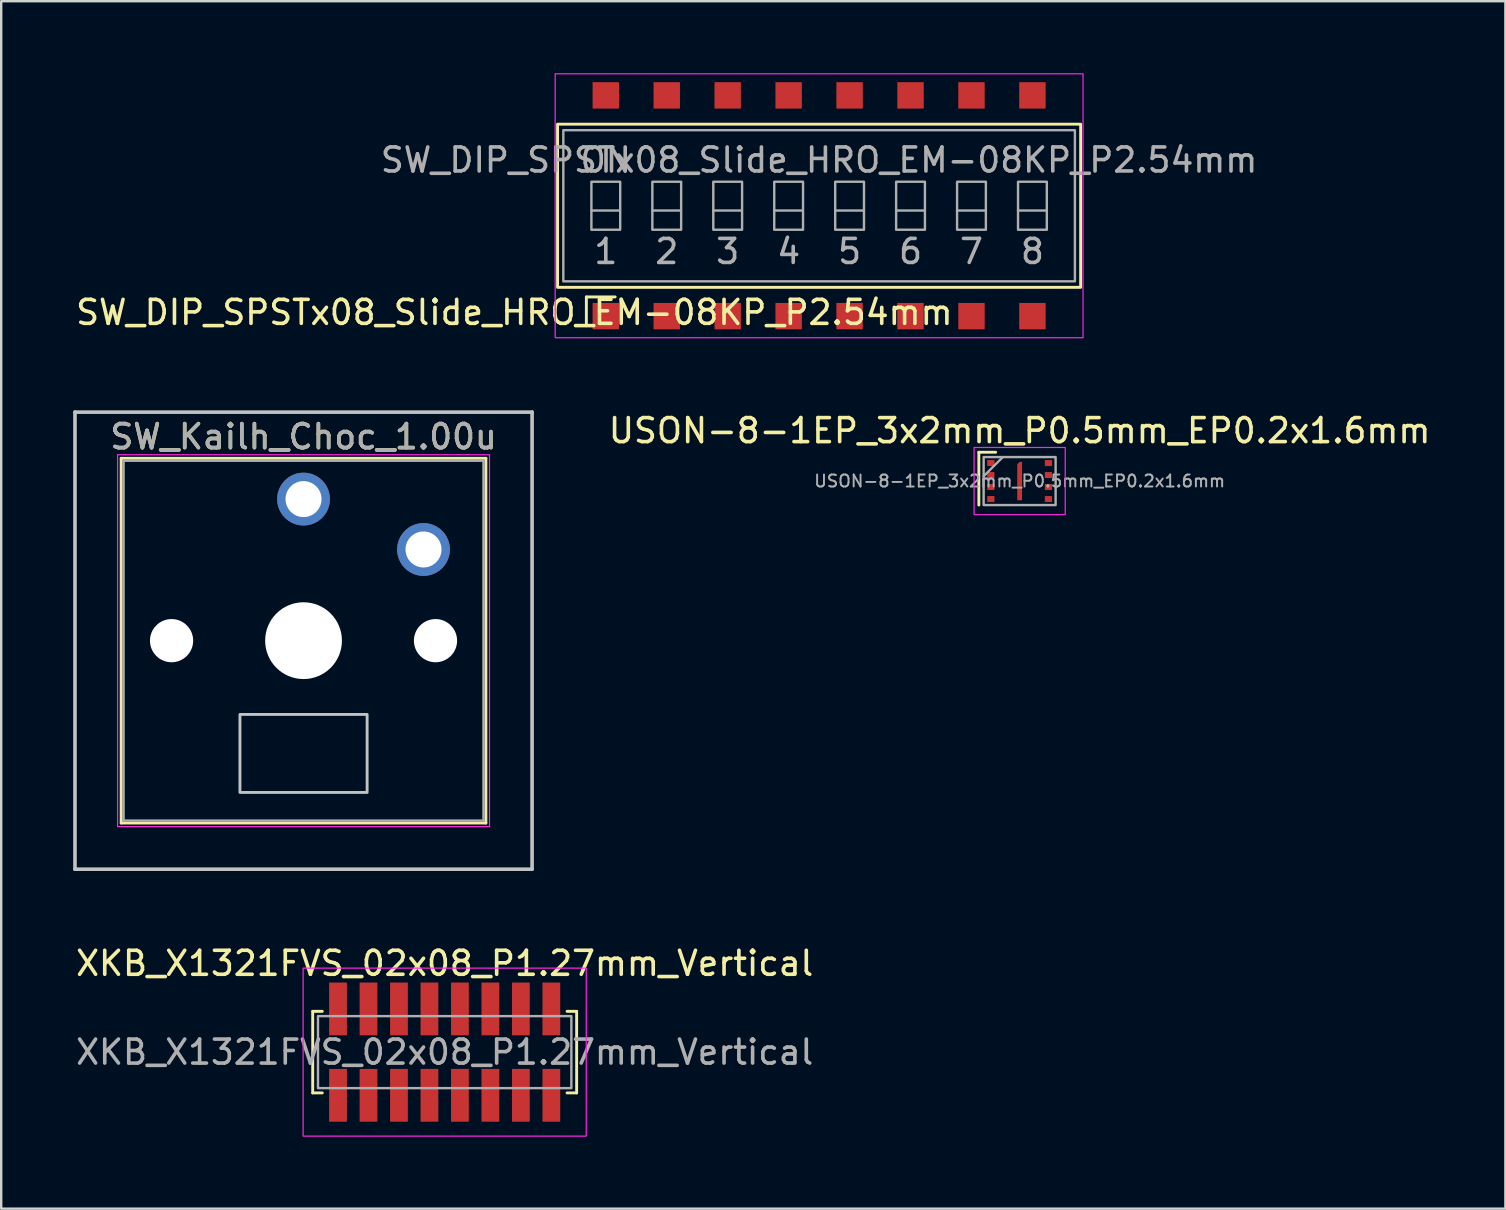
<source format=kicad_pcb>
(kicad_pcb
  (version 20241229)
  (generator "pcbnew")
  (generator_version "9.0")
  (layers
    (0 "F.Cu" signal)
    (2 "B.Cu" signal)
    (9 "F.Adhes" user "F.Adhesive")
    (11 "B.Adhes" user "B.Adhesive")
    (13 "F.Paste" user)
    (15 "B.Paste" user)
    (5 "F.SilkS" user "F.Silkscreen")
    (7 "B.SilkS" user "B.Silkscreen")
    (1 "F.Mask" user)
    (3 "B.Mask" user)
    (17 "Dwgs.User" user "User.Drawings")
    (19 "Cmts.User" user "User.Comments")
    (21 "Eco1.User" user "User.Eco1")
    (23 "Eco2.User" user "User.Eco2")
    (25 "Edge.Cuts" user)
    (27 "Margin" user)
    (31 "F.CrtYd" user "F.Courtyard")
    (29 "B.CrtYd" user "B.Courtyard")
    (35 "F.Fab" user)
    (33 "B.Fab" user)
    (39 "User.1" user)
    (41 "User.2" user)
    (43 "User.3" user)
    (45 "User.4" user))
  (footprint "SW_Kailh_Choc_1.00u"
    (layer "F.Cu")
    (at 9.6 23.65)
    (property "Reference" "SW_Kailh_Choc_1.00u" (at 0 -8.5 0) (layer "F.SilkS") (effects (font (size 1 1) (thickness 0.15))))
    (attr through_hole)
    (fp_line (start -7.6 -7.6) (end 7.6 -7.6) (stroke (width 0.12) (type solid)) (layer "F.SilkS"))
    (fp_line (start -7.6 7.6) (end -7.6 -7.6) (stroke (width 0.12) (type solid)) (layer "F.SilkS"))
    (fp_line (start 7.6 -7.6) (end 7.6 7.6) (stroke (width 0.12) (type solid)) (layer "F.SilkS"))
    (fp_line (start 7.6 7.6) (end -7.6 7.6) (stroke (width 0.12) (type solid)) (layer "F.SilkS"))
    (fp_line (start -9.525 -9.525) (end 9.525 -9.525) (stroke (width 0.15) (type solid)) (layer "Dwgs.User"))
    (fp_line (start -9.525 9.525) (end -9.525 -9.525) (stroke (width 0.15) (type solid)) (layer "Dwgs.User"))
    (fp_line (start 9.525 -9.525) (end 9.525 9.525) (stroke (width 0.15) (type solid)) (layer "Dwgs.User"))
    (fp_line (start 9.525 9.525) (end -9.525 9.525) (stroke (width 0.15) (type solid)) (layer "Dwgs.User"))
    (fp_rect (start -2.65 3.075) (end 2.65 6.325) (stroke (width 0.12) (type default)) (fill no) (layer "Dwgs.User"))
    (fp_line (start -7.75 -7.75) (end 7.75 -7.75) (stroke (width 0.05) (type solid)) (layer "F.CrtYd"))
    (fp_line (start -7.75 7.75) (end -7.75 -7.75) (stroke (width 0.05) (type solid)) (layer "F.CrtYd"))
    (fp_line (start 7.75 -7.75) (end 7.75 7.75) (stroke (width 0.05) (type solid)) (layer "F.CrtYd"))
    (fp_line (start 7.75 7.75) (end -7.75 7.75) (stroke (width 0.05) (type solid)) (layer "F.CrtYd"))
    (fp_line (start -7.5 -7.5) (end 7.5 -7.5) (stroke (width 0.1) (type solid)) (layer "F.Fab"))
    (fp_line (start -7.5 7.5) (end -7.5 -7.5) (stroke (width 0.1) (type solid)) (layer "F.Fab"))
    (fp_line (start 7.5 -7.5) (end 7.5 7.5) (stroke (width 0.1) (type solid)) (layer "F.Fab"))
    (fp_line (start 7.5 7.5) (end -7.5 7.5) (stroke (width 0.1) (type solid)) (layer "F.Fab"))
    (fp_text user "${REFERENCE}" (at 0 -8.5 0) (layer "F.Fab") (effects (font (size 1 1) (thickness 0.15))))
    (pad "" np_thru_hole circle (at -5.5 0) (size 1.8 1.8) (drill 1.8) (layers "*.Cu" "*.Mask"))
    (pad "" np_thru_hole circle (at 0 0) (size 3.2 3.2) (drill 4) (layers "*.Cu" "*.Mask"))
    (pad "" np_thru_hole circle (at 5.5 0) (size 1.8 1.8) (drill 1.8) (layers "*.Cu" "*.Mask"))
    (pad "1" thru_hole circle (at 0 -5.9) (size 2.2 2.2) (drill 1.5) (layers "*.Cu" "*.Mask"))
    (pad "2" thru_hole circle (at 5 -3.8) (size 2.2 2.2) (drill 1.5) (layers "*.Cu" "*.Mask")))
  (footprint "USON-8-1EP_3x2mm_P0.5mm_EP0.2x1.6mm"
    (layer "F.Cu")
    (at 39.444 16.998)
    (property "Reference" "USON-8-1EP_3x2mm_P0.5mm_EP0.2x1.6mm" (at 0 -2.1 0) (unlocked yes) (layer "F.SilkS") (effects (font (size 1 1) (thickness 0.15))))
    (attr smd)
    (fp_line (start -1.7 -1.2) (end -1.7 1) (stroke (width 0.12) (type solid)) (layer "F.SilkS"))
    (fp_line (start -1 -1.2) (end -1.7 -1.2) (stroke (width 0.12) (type solid)) (layer "F.SilkS"))
    (fp_rect (start -1.9 -1.4) (end 1.9 1.4) (stroke (width 0.05) (type solid)) (fill no) (layer "F.CrtYd"))
    (fp_line (start -0.7 -1) (end -1.5 -0.2) (stroke (width 0.1) (type solid)) (layer "F.Fab"))
    (fp_rect (start -1.5 -1) (end 1.5 1) (stroke (width 0.1) (type solid)) (fill no) (layer "F.Fab"))
    (fp_text user "${REFERENCE}" (at 0 0 0) (unlocked yes) (layer "F.Fab") (effects (font (size 0.5 0.5) (thickness 0.08))))
    (pad "1" smd rect (at -1.2 -0.75) (size 0.3 0.25) (layers "F.Cu" "F.Mask" "F.Paste"))
    (pad "2" smd rect (at -1.2 -0.25) (size 0.3 0.25) (layers "F.Cu" "F.Mask" "F.Paste"))
    (pad "3" smd rect (at -1.2 0.25) (size 0.3 0.25) (layers "F.Cu" "F.Mask" "F.Paste"))
    (pad "4" smd rect (at -1.2 0.75) (size 0.3 0.25) (layers "F.Cu" "F.Mask" "F.Paste"))
    (pad "5" smd rect (at 1.2 0.75) (size 0.3 0.25) (layers "F.Cu" "F.Mask" "F.Paste"))
    (pad "6" smd rect (at 1.2 0.25) (size 0.3 0.25) (layers "F.Cu" "F.Mask" "F.Paste"))
    (pad "7" smd rect (at 1.2 -0.25) (size 0.3 0.25) (layers "F.Cu" "F.Mask" "F.Paste"))
    (pad "8" smd rect (at 1.2 -0.75) (size 0.3 0.25) (layers "F.Cu" "F.Mask" "F.Paste"))
    (pad "9" smd roundrect (at 0 0) (size 0.2 1.6) (layers "F.Cu" "F.Mask" "F.Paste") (roundrect_rratio 0) (chamfer_ratio 0.5) (chamfer top_left)))
  (footprint "XKB_X1321FVS_02x08_P1.27mm_Vertical"
    (layer "F.Cu")
    (at 15.482 40.798)
    (property "Reference" "XKB_X1321FVS_02x08_P1.27mm_Vertical" (at 0 -3.7 0) (unlocked yes) (layer "F.SilkS") (effects (font (size 1 1) (thickness 0.15))))
    (attr smd)
    (fp_line (start -5.5 -1.7) (end -5.5 1.7) (stroke (width 0.12) (type solid)) (layer "F.SilkS"))
    (fp_line (start -5.5 1.7) (end -5.1 1.7) (stroke (width 0.12) (type solid)) (layer "F.SilkS"))
    (fp_line (start -5.1 -1.7) (end -5.5 -1.7) (stroke (width 0.12) (type solid)) (layer "F.SilkS"))
    (fp_line (start 5.1 1.7) (end 5.5 1.7) (stroke (width 0.12) (type solid)) (layer "F.SilkS"))
    (fp_line (start 5.5 -1.7) (end 5.1 -1.7) (stroke (width 0.12) (type solid)) (layer "F.SilkS"))
    (fp_line (start 5.5 1.7) (end 5.5 -1.7) (stroke (width 0.12) (type solid)) (layer "F.SilkS"))
    (fp_rect (start -5.9 -3.5) (end 5.9 3.5) (stroke (width 0.05) (type solid)) (fill no) (layer "F.CrtYd"))
    (fp_rect (start -5.28 -1.5) (end 5.28 1.5) (stroke (width 0.1) (type solid)) (fill no) (layer "F.Fab"))
    (fp_text user "${REFERENCE}" (at 0 0 0) (unlocked yes) (layer "F.Fab") (effects (font (size 1 1) (thickness 0.15))))
    (pad "1" smd rect (at -4.445 1.8) (size 0.74 2.2) (layers "F.Cu" "F.Mask" "F.Paste"))
    (pad "2" smd rect (at -4.445 -1.8) (size 0.74 2.2) (layers "F.Cu" "F.Mask" "F.Paste"))
    (pad "3" smd rect (at -3.175 1.8) (size 0.74 2.2) (layers "F.Cu" "F.Mask" "F.Paste"))
    (pad "4" smd rect (at -3.175 -1.8) (size 0.74 2.2) (layers "F.Cu" "F.Mask" "F.Paste"))
    (pad "5" smd rect (at -1.905 1.8) (size 0.74 2.2) (layers "F.Cu" "F.Mask" "F.Paste"))
    (pad "6" smd rect (at -1.905 -1.8) (size 0.74 2.2) (layers "F.Cu" "F.Mask" "F.Paste"))
    (pad "7" smd rect (at -0.635 1.8) (size 0.74 2.2) (layers "F.Cu" "F.Mask" "F.Paste"))
    (pad "8" smd rect (at -0.635 -1.8) (size 0.74 2.2) (layers "F.Cu" "F.Mask" "F.Paste"))
    (pad "9" smd rect (at 0.635 1.8) (size 0.74 2.2) (layers "F.Cu" "F.Mask" "F.Paste"))
    (pad "10" smd rect (at 0.635 -1.8) (size 0.74 2.2) (layers "F.Cu" "F.Mask" "F.Paste"))
    (pad "11" smd rect (at 1.905 1.8) (size 0.74 2.2) (layers "F.Cu" "F.Mask" "F.Paste"))
    (pad "12" smd rect (at 1.905 -1.8) (size 0.74 2.2) (layers "F.Cu" "F.Mask" "F.Paste"))
    (pad "13" smd rect (at 3.175 1.8) (size 0.74 2.2) (layers "F.Cu" "F.Mask" "F.Paste"))
    (pad "14" smd rect (at 3.175 -1.8) (size 0.74 2.2) (layers "F.Cu" "F.Mask" "F.Paste"))
    (pad "15" smd rect (at 4.445 1.8) (size 0.74 2.2) (layers "F.Cu" "F.Mask" "F.Paste"))
    (pad "16" smd rect (at 4.445 -1.8) (size 0.74 2.2) (layers "F.Cu" "F.Mask" "F.Paste")))
  (footprint "SW_DIP_SPSTx08_Slide_HRO_EM-08KP_P2.54mm"
    (layer "F.Cu")
    (at 31.087 5.525)
    (property "Reference" "SW_DIP_SPSTx08_Slide_HRO_EM-08KP_P2.54mm" (at -12.7 4.445 0) (unlocked yes) (layer "F.SilkS") (effects (font (size 1 1) (thickness 0.15))))
    (attr smd)
    (fp_line (start -9.7 3.8) (end -9.7 5) (stroke (width 0.12) (type solid)) (layer "F.SilkS"))
    (fp_line (start -9.7 3.8) (end -8.5 3.8) (stroke (width 0.12) (type solid)) (layer "F.SilkS"))
    (fp_rect (start -10.9 -3.4) (end 10.9 3.4) (stroke (width 0.12) (type solid)) (fill no) (layer "F.SilkS"))
    (fp_rect (start -11 -5.5) (end 11 5.5) (stroke (width 0.05) (type solid)) (fill no) (layer "F.CrtYd"))
    (fp_line (start -9.49 0.2) (end -8.3 0.2) (stroke (width 0.1) (type solid)) (layer "F.Fab"))
    (fp_line (start -6.95 0.2) (end -5.76 0.2) (stroke (width 0.1) (type solid)) (layer "F.Fab"))
    (fp_line (start -4.41 0.2) (end -3.22 0.2) (stroke (width 0.1) (type solid)) (layer "F.Fab"))
    (fp_line (start -1.87 0.2) (end -0.68 0.2) (stroke (width 0.1) (type solid)) (layer "F.Fab"))
    (fp_line (start 0.67 0.2) (end 1.86 0.2) (stroke (width 0.1) (type solid)) (layer "F.Fab"))
    (fp_line (start 3.21 0.2) (end 4.4 0.2) (stroke (width 0.1) (type solid)) (layer "F.Fab"))
    (fp_line (start 5.75 0.2) (end 6.94 0.2) (stroke (width 0.1) (type solid)) (layer "F.Fab"))
    (fp_line (start 8.29 0.2) (end 9.48 0.2) (stroke (width 0.1) (type solid)) (layer "F.Fab"))
    (fp_rect (start -10.66 -3.15) (end 10.66 3.15) (stroke (width 0.1) (type solid)) (fill no) (layer "F.Fab"))
    (fp_rect (start -9.49 -1) (end -8.29 1) (stroke (width 0.1) (type solid)) (fill no) (layer "F.Fab"))
    (fp_rect (start -6.95 -1) (end -5.75 1) (stroke (width 0.1) (type solid)) (fill no) (layer "F.Fab"))
    (fp_rect (start -4.41 -1) (end -3.21 1) (stroke (width 0.1) (type solid)) (fill no) (layer "F.Fab"))
    (fp_rect (start -1.87 -1) (end -0.67 1) (stroke (width 0.1) (type solid)) (fill no) (layer "F.Fab"))
    (fp_rect (start 0.67 -1) (end 1.87 1) (stroke (width 0.1) (type solid)) (fill no) (layer "F.Fab"))
    (fp_rect (start 3.21 -1) (end 4.41 1) (stroke (width 0.1) (type solid)) (fill no) (layer "F.Fab"))
    (fp_rect (start 5.75 -1) (end 6.95 1) (stroke (width 0.1) (type solid)) (fill no) (layer "F.Fab"))
    (fp_rect (start 8.29 -1) (end 9.49 1) (stroke (width 0.1) (type solid)) (fill no) (layer "F.Fab"))
    (fp_text user "3" (at -3.81 1.905 0) (unlocked yes) (layer "F.Fab") (effects (font (size 1 1) (thickness 0.15))))
    (fp_text user "5" (at 1.27 1.905 0) (unlocked yes) (layer "F.Fab") (effects (font (size 1 1) (thickness 0.15))))
    (fp_text user "4" (at -1.27 1.905 0) (unlocked yes) (layer "F.Fab") (effects (font (size 1 1) (thickness 0.15))))
    (fp_text user "7" (at 6.35 1.905 0) (unlocked yes) (layer "F.Fab") (effects (font (size 1 1) (thickness 0.15))))
    (fp_text user "ON" (at -8.89 -1.905 0) (unlocked yes) (layer "F.Fab") (effects (font (size 1 1) (thickness 0.15))))
    (fp_text user "2" (at -6.35 1.905 0) (unlocked yes) (layer "F.Fab") (effects (font (size 1 1) (thickness 0.15))))
    (fp_text user "1" (at -8.89 1.905 0) (unlocked yes) (layer "F.Fab") (effects (font (size 1 1) (thickness 0.15))))
    (fp_text user "${REFERENCE}" (at 0 -1.905 0) (unlocked yes) (layer "F.Fab") (effects (font (size 1 1) (thickness 0.15))))
    (fp_text user "6" (at 3.81 1.905 0) (unlocked yes) (layer "F.Fab") (effects (font (size 1 1) (thickness 0.15))))
    (fp_text user "8" (at 8.89 1.905 0) (unlocked yes) (layer "F.Fab") (effects (font (size 1 1) (thickness 0.15))))
    (pad "1" smd rect (at -8.89 4.6) (size 1.1 1.1) (layers "F.Cu" "F.Mask" "F.Paste"))
    (pad "2" smd rect (at -6.35 4.6) (size 1.1 1.1) (layers "F.Cu" "F.Mask" "F.Paste"))
    (pad "3" smd rect (at -3.81 4.6) (size 1.1 1.1) (layers "F.Cu" "F.Mask" "F.Paste"))
    (pad "4" smd rect (at -1.27 4.6) (size 1.1 1.1) (layers "F.Cu" "F.Mask" "F.Paste"))
    (pad "5" smd rect (at 1.27 4.6) (size 1.1 1.1) (layers "F.Cu" "F.Mask" "F.Paste"))
    (pad "6" smd rect (at 3.81 4.6) (size 1.1 1.1) (layers "F.Cu" "F.Mask" "F.Paste"))
    (pad "7" smd rect (at 6.35 4.6) (size 1.1 1.1) (layers "F.Cu" "F.Mask" "F.Paste"))
    (pad "8" smd rect (at 8.89 4.6) (size 1.1 1.1) (layers "F.Cu" "F.Mask" "F.Paste"))
    (pad "9" smd rect (at 8.89 -4.6) (size 1.1 1.1) (layers "F.Cu" "F.Mask" "F.Paste"))
    (pad "10" smd rect (at 6.35 -4.6) (size 1.1 1.1) (layers "F.Cu" "F.Mask" "F.Paste"))
    (pad "11" smd rect (at 3.81 -4.6) (size 1.1 1.1) (layers "F.Cu" "F.Mask" "F.Paste"))
    (pad "12" smd rect (at 1.27 -4.6) (size 1.1 1.1) (layers "F.Cu" "F.Mask" "F.Paste"))
    (pad "13" smd rect (at -1.27 -4.6) (size 1.1 1.1) (layers "F.Cu" "F.Mask" "F.Paste"))
    (pad "14" smd rect (at -3.81 -4.6) (size 1.1 1.1) (layers "F.Cu" "F.Mask" "F.Paste"))
    (pad "15" smd rect (at -6.35 -4.6) (size 1.1 1.1) (layers "F.Cu" "F.Mask" "F.Paste"))
    (pad "16" smd rect (at -8.89 -4.6) (size 1.1 1.1) (layers "F.Cu" "F.Mask" "F.Paste")))
  (gr_rect
    (start -3 -3)
    (end 59.688 47.323)
    (stroke (width 0.1) (type default))
    (fill no)
    (layer "Edge.Cuts")))
</source>
